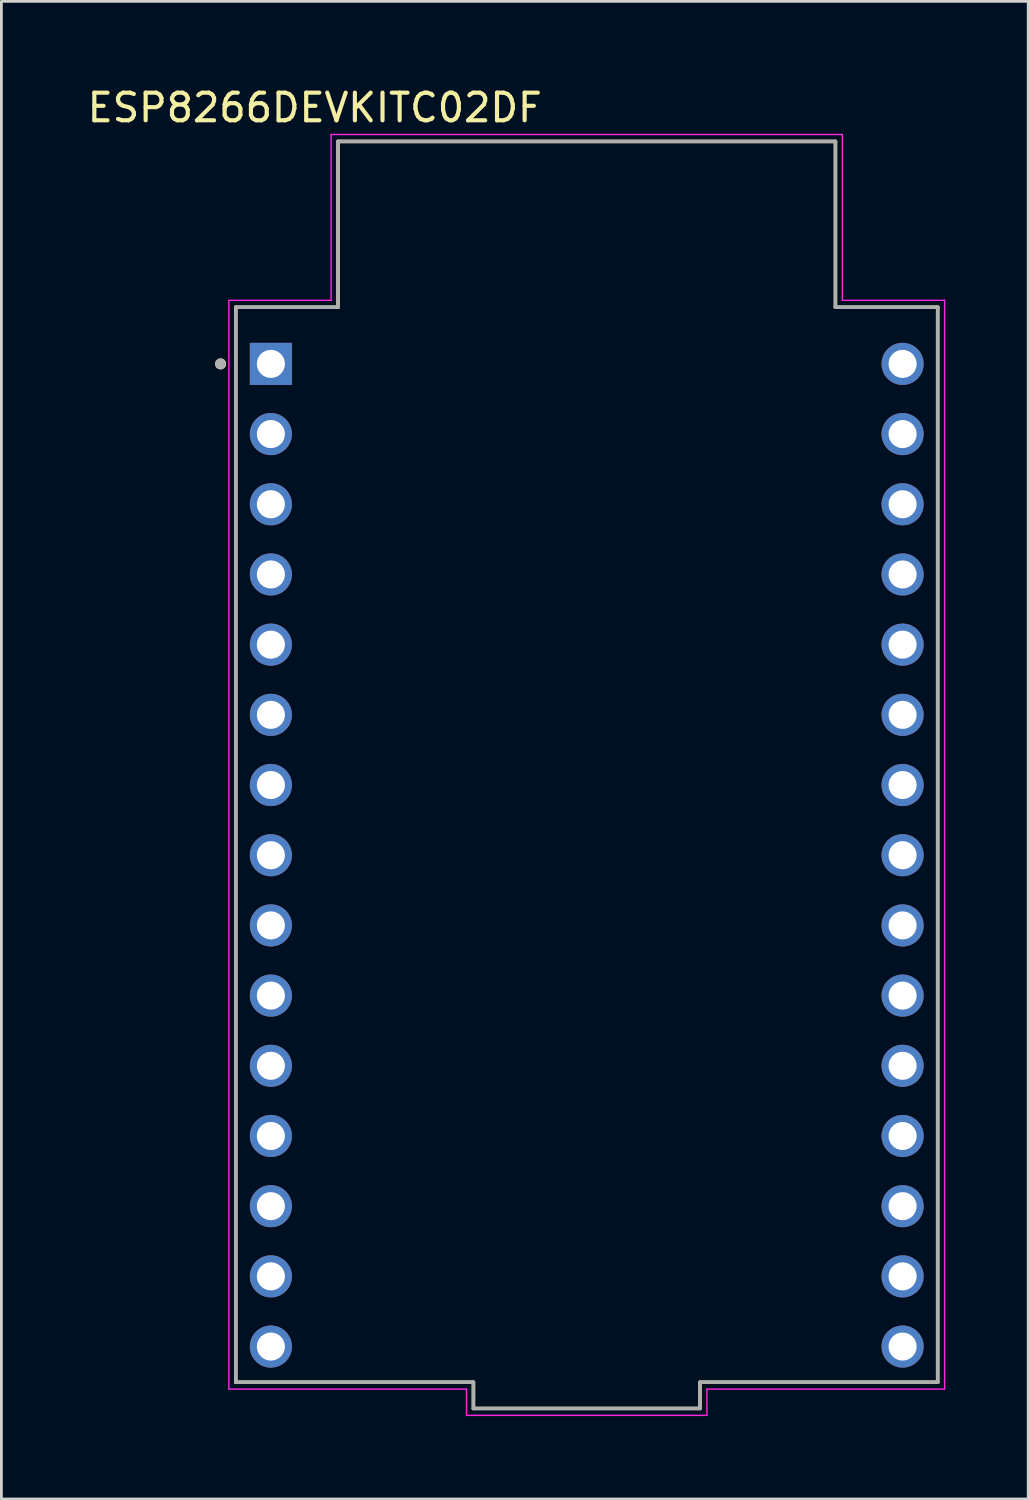
<source format=kicad_pcb>
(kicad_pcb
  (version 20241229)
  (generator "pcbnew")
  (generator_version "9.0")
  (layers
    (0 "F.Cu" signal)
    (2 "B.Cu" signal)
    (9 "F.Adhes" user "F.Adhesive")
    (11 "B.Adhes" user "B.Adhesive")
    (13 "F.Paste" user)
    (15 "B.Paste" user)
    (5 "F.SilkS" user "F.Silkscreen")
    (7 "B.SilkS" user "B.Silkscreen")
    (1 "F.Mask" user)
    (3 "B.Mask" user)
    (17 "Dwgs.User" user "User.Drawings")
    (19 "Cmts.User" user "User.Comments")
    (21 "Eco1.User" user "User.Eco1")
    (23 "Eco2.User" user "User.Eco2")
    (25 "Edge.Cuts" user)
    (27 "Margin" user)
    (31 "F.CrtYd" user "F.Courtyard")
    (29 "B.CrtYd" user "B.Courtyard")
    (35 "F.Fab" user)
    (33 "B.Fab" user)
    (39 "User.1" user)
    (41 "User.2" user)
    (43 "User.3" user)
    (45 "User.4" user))
  (footprint "ESP8266DEVKITC02DF"
    (layer "F.Cu")
    (at 18.182 27.518)
    (property "Reference" "ESP8266DEVKITC02DF" (at -9.842 -26.67 0) (layer "F.SilkS") (effects (font (size 1 1) (thickness 0.15))))
    (attr through_hole)
    (fp_line (start -12.7 -19.45) (end -9 -19.45) (stroke (width 0.127) (type solid)) (layer "F.SilkS"))
    (fp_line (start -12.7 19.45) (end -12.7 -19.45) (stroke (width 0.127) (type solid)) (layer "F.SilkS"))
    (fp_line (start -9 -25.45) (end 9 -25.45) (stroke (width 0.127) (type solid)) (layer "F.SilkS"))
    (fp_line (start -9 -19.45) (end -9 -25.45) (stroke (width 0.127) (type solid)) (layer "F.SilkS"))
    (fp_line (start -4.1 19.45) (end -12.7 19.45) (stroke (width 0.127) (type solid)) (layer "F.SilkS"))
    (fp_line (start -4.1 19.45) (end -4.1 20.4) (stroke (width 0.127) (type solid)) (layer "F.SilkS"))
    (fp_line (start -4.1 20.4) (end 4.1 20.4) (stroke (width 0.127) (type solid)) (layer "F.SilkS"))
    (fp_line (start 4.1 20.4) (end 4.1 19.45) (stroke (width 0.127) (type solid)) (layer "F.SilkS"))
    (fp_line (start 9 -25.45) (end 9 -19.45) (stroke (width 0.127) (type solid)) (layer "F.SilkS"))
    (fp_line (start 9 -19.45) (end 12.7 -19.45) (stroke (width 0.127) (type solid)) (layer "F.SilkS"))
    (fp_line (start 12.7 -19.45) (end 12.7 19.45) (stroke (width 0.127) (type solid)) (layer "F.SilkS"))
    (fp_line (start 12.7 19.45) (end 4.1 19.45) (stroke (width 0.127) (type solid)) (layer "F.SilkS"))
    (fp_circle (center -13.25 -17.4) (end -13.15 -17.4) (stroke (width 0.2) (type solid)) (fill no) (layer "F.SilkS"))
    (fp_line (start -12.95 -19.7) (end -9.25 -19.7) (stroke (width 0.05) (type solid)) (layer "F.CrtYd"))
    (fp_line (start -12.95 19.7) (end -12.95 -19.7) (stroke (width 0.05) (type solid)) (layer "F.CrtYd"))
    (fp_line (start -9.25 -25.7) (end 9.25 -25.7) (stroke (width 0.05) (type solid)) (layer "F.CrtYd"))
    (fp_line (start -9.25 -19.7) (end -9.25 -25.7) (stroke (width 0.05) (type solid)) (layer "F.CrtYd"))
    (fp_line (start -4.35 19.7) (end -12.95 19.7) (stroke (width 0.05) (type solid)) (layer "F.CrtYd"))
    (fp_line (start -4.35 19.7) (end -4.35 20.65) (stroke (width 0.05) (type solid)) (layer "F.CrtYd"))
    (fp_line (start -4.35 20.65) (end 4.35 20.65) (stroke (width 0.05) (type solid)) (layer "F.CrtYd"))
    (fp_line (start 4.35 20.65) (end 4.35 19.7) (stroke (width 0.05) (type solid)) (layer "F.CrtYd"))
    (fp_line (start 9.25 -25.7) (end 9.25 -19.7) (stroke (width 0.05) (type solid)) (layer "F.CrtYd"))
    (fp_line (start 9.25 -19.7) (end 12.95 -19.7) (stroke (width 0.05) (type solid)) (layer "F.CrtYd"))
    (fp_line (start 12.95 -19.7) (end 12.95 19.7) (stroke (width 0.05) (type solid)) (layer "F.CrtYd"))
    (fp_line (start 12.95 19.7) (end 4.35 19.7) (stroke (width 0.05) (type solid)) (layer "F.CrtYd"))
    (fp_line (start -12.7 -19.45) (end -9 -19.45) (stroke (width 0.127) (type solid)) (layer "F.Fab"))
    (fp_line (start -12.7 19.45) (end -12.7 -19.45) (stroke (width 0.127) (type solid)) (layer "F.Fab"))
    (fp_line (start -9 -25.45) (end 9 -25.45) (stroke (width 0.127) (type solid)) (layer "F.Fab"))
    (fp_line (start -9 -19.45) (end -9 -25.45) (stroke (width 0.127) (type solid)) (layer "F.Fab"))
    (fp_line (start -4.1 19.45) (end -12.7 19.45) (stroke (width 0.127) (type solid)) (layer "F.Fab"))
    (fp_line (start -4.1 19.45) (end -4.1 20.4) (stroke (width 0.127) (type solid)) (layer "F.Fab"))
    (fp_line (start -4.1 20.4) (end 4.1 20.4) (stroke (width 0.127) (type solid)) (layer "F.Fab"))
    (fp_line (start 4.1 20.4) (end 4.1 19.45) (stroke (width 0.127) (type solid)) (layer "F.Fab"))
    (fp_line (start 9 -25.45) (end 9 -19.45) (stroke (width 0.127) (type solid)) (layer "F.Fab"))
    (fp_line (start 9 -19.45) (end 12.7 -19.45) (stroke (width 0.127) (type solid)) (layer "F.Fab"))
    (fp_line (start 12.7 -19.45) (end 12.7 19.45) (stroke (width 0.127) (type solid)) (layer "F.Fab"))
    (fp_line (start 12.7 19.45) (end 4.1 19.45) (stroke (width 0.127) (type solid)) (layer "F.Fab"))
    (fp_circle (center -13.25 -17.4) (end -13.15 -17.4) (stroke (width 0.2) (type solid)) (fill no) (layer "F.Fab"))
    (pad "J2_1" thru_hole rect (at -11.43 -17.4) (size 1.524 1.524) (drill 1.016) (layers "*.Cu" "*.Mask"))
    (pad "J2_2" thru_hole circle (at -11.43 -14.86) (size 1.524 1.524) (drill 1.016) (layers "*.Cu" "*.Mask"))
    (pad "J2_3" thru_hole circle (at -11.43 -12.32) (size 1.524 1.524) (drill 1.016) (layers "*.Cu" "*.Mask"))
    (pad "J2_4" thru_hole circle (at -11.43 -9.78) (size 1.524 1.524) (drill 1.016) (layers "*.Cu" "*.Mask"))
    (pad "J2_5" thru_hole circle (at -11.43 -7.24) (size 1.524 1.524) (drill 1.016) (layers "*.Cu" "*.Mask"))
    (pad "J2_6" thru_hole circle (at -11.43 -4.7) (size 1.524 1.524) (drill 1.016) (layers "*.Cu" "*.Mask"))
    (pad "J2_7" thru_hole circle (at -11.43 -2.16) (size 1.524 1.524) (drill 1.016) (layers "*.Cu" "*.Mask"))
    (pad "J2_8" thru_hole circle (at -11.43 0.38) (size 1.524 1.524) (drill 1.016) (layers "*.Cu" "*.Mask"))
    (pad "J2_9" thru_hole circle (at -11.43 2.92) (size 1.524 1.524) (drill 1.016) (layers "*.Cu" "*.Mask"))
    (pad "J2_10" thru_hole circle (at -11.43 5.46) (size 1.524 1.524) (drill 1.016) (layers "*.Cu" "*.Mask"))
    (pad "J2_11" thru_hole circle (at -11.43 8) (size 1.524 1.524) (drill 1.016) (layers "*.Cu" "*.Mask"))
    (pad "J2_12" thru_hole circle (at -11.43 10.54) (size 1.524 1.524) (drill 1.016) (layers "*.Cu" "*.Mask"))
    (pad "J2_13" thru_hole circle (at -11.43 13.08) (size 1.524 1.524) (drill 1.016) (layers "*.Cu" "*.Mask"))
    (pad "J2_14" thru_hole circle (at -11.43 15.62) (size 1.524 1.524) (drill 1.016) (layers "*.Cu" "*.Mask"))
    (pad "J2_15" thru_hole circle (at -11.43 18.16) (size 1.524 1.524) (drill 1.016) (layers "*.Cu" "*.Mask"))
    (pad "J3_1" thru_hole circle (at 11.43 -17.4) (size 1.524 1.524) (drill 1.016) (layers "*.Cu" "*.Mask"))
    (pad "J3_2" thru_hole circle (at 11.43 -14.86) (size 1.524 1.524) (drill 1.016) (layers "*.Cu" "*.Mask"))
    (pad "J3_3" thru_hole circle (at 11.43 -12.32) (size 1.524 1.524) (drill 1.016) (layers "*.Cu" "*.Mask"))
    (pad "J3_4" thru_hole circle (at 11.43 -9.78) (size 1.524 1.524) (drill 1.016) (layers "*.Cu" "*.Mask"))
    (pad "J3_5" thru_hole circle (at 11.43 -7.24) (size 1.524 1.524) (drill 1.016) (layers "*.Cu" "*.Mask"))
    (pad "J3_6" thru_hole circle (at 11.43 -4.7) (size 1.524 1.524) (drill 1.016) (layers "*.Cu" "*.Mask"))
    (pad "J3_7" thru_hole circle (at 11.43 -2.16) (size 1.524 1.524) (drill 1.016) (layers "*.Cu" "*.Mask"))
    (pad "J3_8" thru_hole circle (at 11.43 0.38) (size 1.524 1.524) (drill 1.016) (layers "*.Cu" "*.Mask"))
    (pad "J3_9" thru_hole circle (at 11.43 2.92) (size 1.524 1.524) (drill 1.016) (layers "*.Cu" "*.Mask"))
    (pad "J3_10" thru_hole circle (at 11.43 5.46) (size 1.524 1.524) (drill 1.016) (layers "*.Cu" "*.Mask"))
    (pad "J3_11" thru_hole circle (at 11.43 8) (size 1.524 1.524) (drill 1.016) (layers "*.Cu" "*.Mask"))
    (pad "J3_12" thru_hole circle (at 11.43 10.54) (size 1.524 1.524) (drill 1.016) (layers "*.Cu" "*.Mask"))
    (pad "J3_13" thru_hole circle (at 11.43 13.08) (size 1.524 1.524) (drill 1.016) (layers "*.Cu" "*.Mask"))
    (pad "J3_14" thru_hole circle (at 11.43 15.62) (size 1.524 1.524) (drill 1.016) (layers "*.Cu" "*.Mask"))
    (pad "J3_15" thru_hole circle (at 11.43 18.16) (size 1.524 1.524) (drill 1.016) (layers "*.Cu" "*.Mask")))
  (gr_rect
    (start -3 -3)
    (end 34.157 51.193)
    (stroke (width 0.1) (type default))
    (fill no)
    (layer "Edge.Cuts")))
</source>
